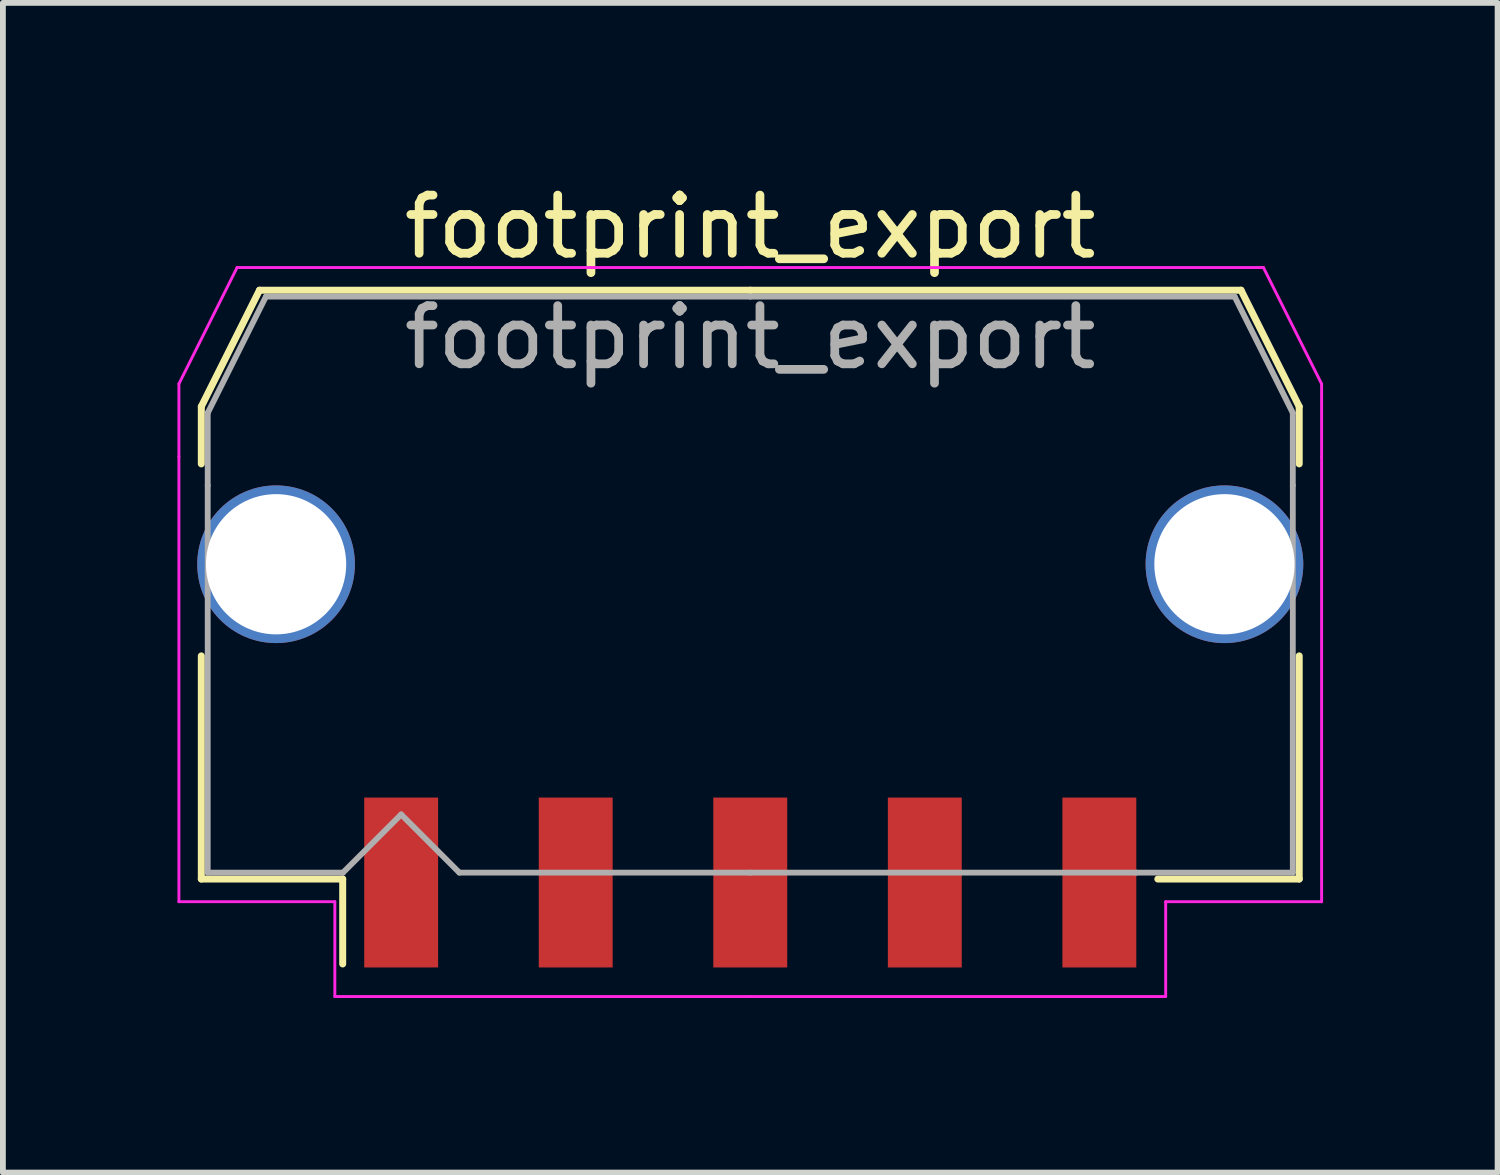
<source format=kicad_pcb>
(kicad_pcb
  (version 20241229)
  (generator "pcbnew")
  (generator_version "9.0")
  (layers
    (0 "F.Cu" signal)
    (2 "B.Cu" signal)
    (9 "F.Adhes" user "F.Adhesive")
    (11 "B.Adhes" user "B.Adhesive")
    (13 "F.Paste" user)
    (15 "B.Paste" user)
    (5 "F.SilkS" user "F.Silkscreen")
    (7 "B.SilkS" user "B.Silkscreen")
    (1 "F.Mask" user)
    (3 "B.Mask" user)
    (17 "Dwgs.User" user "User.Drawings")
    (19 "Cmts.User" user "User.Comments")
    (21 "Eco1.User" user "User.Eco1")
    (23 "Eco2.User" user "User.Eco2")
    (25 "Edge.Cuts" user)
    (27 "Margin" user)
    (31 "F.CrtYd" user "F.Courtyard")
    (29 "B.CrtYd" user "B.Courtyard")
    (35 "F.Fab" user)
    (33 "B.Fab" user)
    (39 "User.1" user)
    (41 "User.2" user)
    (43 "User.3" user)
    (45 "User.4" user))
  (footprint "footprint_export"
    (layer "F.Cu")
    (at 9.845 6.998)
    (property "Reference" "footprint_export" (at 0 -6.15 0) (layer "F.SilkS") (effects (font (size 1 1) (thickness 0.15))))
    (attr smd)
    (fp_line (start -9.435 -3.06) (end -9.435 -2.075) (stroke (width 0.12) (type solid)) (layer "F.SilkS"))
    (fp_line (start -9.435 1.225) (end -9.435 5.06) (stroke (width 0.12) (type solid)) (layer "F.SilkS"))
    (fp_line (start -9.435 5.06) (end -7.005 5.06) (stroke (width 0.12) (type solid)) (layer "F.SilkS"))
    (fp_line (start -8.435 -5.06) (end -9.435 -3.06) (stroke (width 0.12) (type solid)) (layer "F.SilkS"))
    (fp_line (start -7.005 5.06) (end -7.005 6.52) (stroke (width 0.12) (type solid)) (layer "F.SilkS"))
    (fp_line (start 0 -5.06) (end -8.435 -5.06) (stroke (width 0.12) (type solid)) (layer "F.SilkS"))
    (fp_line (start 0 -5.06) (end 8.435 -5.06) (stroke (width 0.12) (type solid)) (layer "F.SilkS"))
    (fp_line (start 8.435 -5.06) (end 9.435 -3.06) (stroke (width 0.12) (type solid)) (layer "F.SilkS"))
    (fp_line (start 9.435 -3.06) (end 9.435 -2.075) (stroke (width 0.12) (type solid)) (layer "F.SilkS"))
    (fp_line (start 9.435 1.225) (end 9.435 5.06) (stroke (width 0.12) (type solid)) (layer "F.SilkS"))
    (fp_line (start 9.435 5.06) (end 7.005 5.06) (stroke (width 0.12) (type solid)) (layer "F.SilkS"))
    (fp_line (start -9.82 -3.45) (end -9.82 -2.2) (stroke (width 0.05) (type solid)) (layer "F.CrtYd"))
    (fp_line (start -9.82 -2.2) (end -9.82 5.45) (stroke (width 0.05) (type solid)) (layer "F.CrtYd"))
    (fp_line (start -9.82 5.45) (end -7.14 5.45) (stroke (width 0.05) (type solid)) (layer "F.CrtYd"))
    (fp_line (start -8.82 -5.45) (end -9.82 -3.45) (stroke (width 0.05) (type solid)) (layer "F.CrtYd"))
    (fp_line (start -7.14 5.45) (end -7.14 7.08) (stroke (width 0.05) (type solid)) (layer "F.CrtYd"))
    (fp_line (start -7.14 7.08) (end 0 7.08) (stroke (width 0.05) (type solid)) (layer "F.CrtYd"))
    (fp_line (start 0 -5.45) (end -8.82 -5.45) (stroke (width 0.05) (type solid)) (layer "F.CrtYd"))
    (fp_line (start 0 -5.45) (end 8.82 -5.45) (stroke (width 0.05) (type solid)) (layer "F.CrtYd"))
    (fp_line (start 7.14 5.45) (end 7.14 7.08) (stroke (width 0.05) (type solid)) (layer "F.CrtYd"))
    (fp_line (start 7.14 7.08) (end 0 7.08) (stroke (width 0.05) (type solid)) (layer "F.CrtYd"))
    (fp_line (start 8.82 -5.45) (end 9.82 -3.45) (stroke (width 0.05) (type solid)) (layer "F.CrtYd"))
    (fp_line (start 9.82 -3.45) (end 9.82 -2.2) (stroke (width 0.05) (type solid)) (layer "F.CrtYd"))
    (fp_line (start 9.82 -2.2) (end 9.82 5.45) (stroke (width 0.05) (type solid)) (layer "F.CrtYd"))
    (fp_line (start 9.82 5.45) (end 7.14 5.45) (stroke (width 0.05) (type solid)) (layer "F.CrtYd"))
    (fp_line (start -9.325 -2.95) (end -9.325 -1.705) (stroke (width 0.1) (type solid)) (layer "F.Fab"))
    (fp_line (start -9.325 -1.705) (end -9.325 4.95) (stroke (width 0.1) (type solid)) (layer "F.Fab"))
    (fp_line (start -9.325 4.95) (end -7 4.95) (stroke (width 0.1) (type solid)) (layer "F.Fab"))
    (fp_line (start -8.325 -4.95) (end -9.325 -2.95) (stroke (width 0.1) (type solid)) (layer "F.Fab"))
    (fp_line (start -7 4.95) (end -6 3.95) (stroke (width 0.1) (type solid)) (layer "F.Fab"))
    (fp_line (start -6 3.95) (end -5 4.95) (stroke (width 0.1) (type solid)) (layer "F.Fab"))
    (fp_line (start -5 4.95) (end 0 4.95) (stroke (width 0.1) (type solid)) (layer "F.Fab"))
    (fp_line (start 0 -4.95) (end -8.325 -4.95) (stroke (width 0.1) (type solid)) (layer "F.Fab"))
    (fp_line (start 0 -4.95) (end 8.325 -4.95) (stroke (width 0.1) (type solid)) (layer "F.Fab"))
    (fp_line (start 6.635 4.95) (end 0 4.95) (stroke (width 0.1) (type solid)) (layer "F.Fab"))
    (fp_line (start 8.325 -4.95) (end 9.325 -2.95) (stroke (width 0.1) (type solid)) (layer "F.Fab"))
    (fp_line (start 9.325 -2.95) (end 9.325 -1.705) (stroke (width 0.1) (type solid)) (layer "F.Fab"))
    (fp_line (start 9.325 -1.705) (end 9.325 4.95) (stroke (width 0.1) (type solid)) (layer "F.Fab"))
    (fp_line (start 9.325 4.95) (end 6.635 4.95) (stroke (width 0.1) (type solid)) (layer "F.Fab"))
    (fp_text user "${REFERENCE}" (at 0 -4.25 0) (layer "F.Fab") (effects (font (size 1 1) (thickness 0.15))))
    (pad "1" smd rect (at -6 5.12) (size 1.27 2.92) (layers "F.Cu" "F.Mask" "F.Paste"))
    (pad "2" smd rect (at -3 5.12) (size 1.27 2.92) (layers "F.Cu" "F.Mask" "F.Paste"))
    (pad "3" smd rect (at 0 5.12) (size 1.27 2.92) (layers "F.Cu" "F.Mask" "F.Paste"))
    (pad "4" smd rect (at 3 5.12) (size 1.27 2.92) (layers "F.Cu" "F.Mask" "F.Paste"))
    (pad "5" smd rect (at 6 5.12) (size 1.27 2.92) (layers "F.Cu" "F.Mask" "F.Paste"))
    (pad "MP" thru_hole circle (at -8.15 -0.35) (size 2.71 2.71) (drill 2.41) (layers "*.Cu" "*.Mask"))
    (pad "MP" thru_hole circle (at 8.15 -0.35) (size 2.71 2.71) (drill 2.41) (layers "*.Cu" "*.Mask")))
  (gr_rect
    (start -3 -3)
    (end 22.69 17.103)
    (stroke (width 0.1) (type default))
    (fill no)
    (layer "Edge.Cuts")))
</source>
